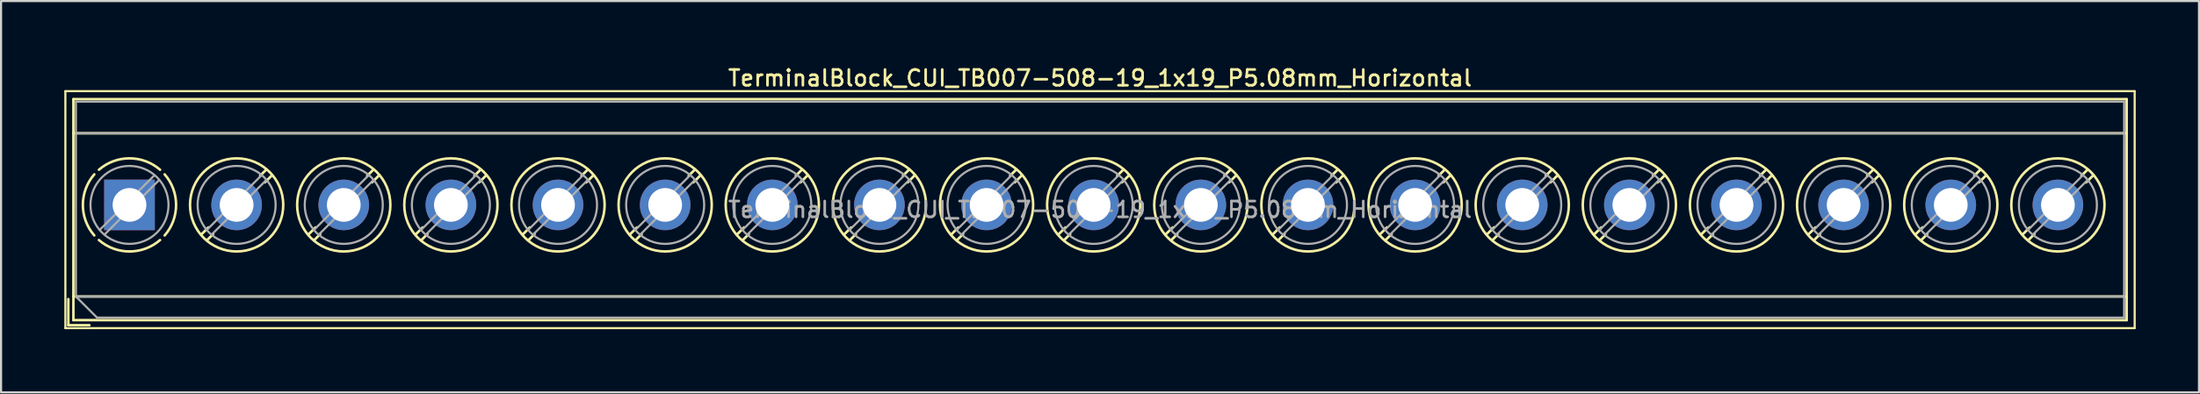
<source format=kicad_pcb>
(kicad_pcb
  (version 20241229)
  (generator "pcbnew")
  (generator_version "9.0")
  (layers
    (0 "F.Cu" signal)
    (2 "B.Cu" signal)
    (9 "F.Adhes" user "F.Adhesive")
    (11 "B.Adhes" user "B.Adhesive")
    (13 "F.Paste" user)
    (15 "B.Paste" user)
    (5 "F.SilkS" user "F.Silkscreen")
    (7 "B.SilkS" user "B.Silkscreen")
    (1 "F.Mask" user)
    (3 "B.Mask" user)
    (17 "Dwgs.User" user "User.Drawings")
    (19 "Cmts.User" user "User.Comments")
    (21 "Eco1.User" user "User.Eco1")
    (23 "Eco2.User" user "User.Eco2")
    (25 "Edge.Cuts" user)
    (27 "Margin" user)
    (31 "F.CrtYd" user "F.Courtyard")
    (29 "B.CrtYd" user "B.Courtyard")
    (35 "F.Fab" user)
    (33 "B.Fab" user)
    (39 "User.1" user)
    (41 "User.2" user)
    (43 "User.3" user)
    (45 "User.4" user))
  (footprint "TerminalBlock_CUI_TB007-508-19_1x19_P5.08mm_Horizontal"
    (layer "F.Cu")
    (at 3.09 6.678)
    (property "Reference" "TerminalBlock_CUI_TB007-508-19_1x19_P5.08mm_Horizontal" (at 46.02 -6.02 0) (layer "F.SilkS") (effects (font (size 0.75 0.75) (thickness 0.125))))
    (attr through_hole)
    (fp_line (start -3.04 -5.4) (end -3.04 5.85) (stroke (width 0.1) (type solid)) (layer "F.SilkS"))
    (fp_line (start -3.04 5.85) (end 95.08 5.85) (stroke (width 0.1) (type solid)) (layer "F.SilkS"))
    (fp_line (start -2.9 4.47) (end -2.9 5.71) (stroke (width 0.12) (type solid)) (layer "F.SilkS"))
    (fp_line (start -2.9 5.71) (end -1.9 5.71) (stroke (width 0.12) (type solid)) (layer "F.SilkS"))
    (fp_line (start -2.66 -5.02) (end -2.66 5.47) (stroke (width 0.12) (type solid)) (layer "F.SilkS"))
    (fp_line (start -2.66 -5.02) (end 94.7 -5.02) (stroke (width 0.12) (type solid)) (layer "F.SilkS"))
    (fp_line (start -2.66 -3.401) (end 94.7 -3.401) (stroke (width 0.12) (type solid)) (layer "F.SilkS"))
    (fp_line (start -2.66 4.35) (end 94.7 4.35) (stroke (width 0.12) (type solid)) (layer "F.SilkS"))
    (fp_line (start -2.66 5.47) (end 94.7 5.47) (stroke (width 0.12) (type solid)) (layer "F.SilkS"))
    (fp_line (start 3.743 1.068) (end 3.404 1.407) (stroke (width 0.12) (type solid)) (layer "F.SilkS"))
    (fp_line (start 3.967 1.384) (end 3.674 1.676) (stroke (width 0.12) (type solid)) (layer "F.SilkS"))
    (fp_line (start 6.487 -1.676) (end 6.194 -1.384) (stroke (width 0.12) (type solid)) (layer "F.SilkS"))
    (fp_line (start 6.757 -1.407) (end 6.418 -1.068) (stroke (width 0.12) (type solid)) (layer "F.SilkS"))
    (fp_line (start 8.823 1.068) (end 8.484 1.407) (stroke (width 0.12) (type solid)) (layer "F.SilkS"))
    (fp_line (start 9.047 1.384) (end 8.754 1.676) (stroke (width 0.12) (type solid)) (layer "F.SilkS"))
    (fp_line (start 11.567 -1.676) (end 11.274 -1.384) (stroke (width 0.12) (type solid)) (layer "F.SilkS"))
    (fp_line (start 11.837 -1.407) (end 11.498 -1.068) (stroke (width 0.12) (type solid)) (layer "F.SilkS"))
    (fp_line (start 13.903 1.068) (end 13.564 1.407) (stroke (width 0.12) (type solid)) (layer "F.SilkS"))
    (fp_line (start 14.127 1.384) (end 13.834 1.676) (stroke (width 0.12) (type solid)) (layer "F.SilkS"))
    (fp_line (start 16.647 -1.676) (end 16.354 -1.384) (stroke (width 0.12) (type solid)) (layer "F.SilkS"))
    (fp_line (start 16.917 -1.407) (end 16.578 -1.068) (stroke (width 0.12) (type solid)) (layer "F.SilkS"))
    (fp_line (start 18.983 1.068) (end 18.644 1.407) (stroke (width 0.12) (type solid)) (layer "F.SilkS"))
    (fp_line (start 19.207 1.384) (end 18.914 1.676) (stroke (width 0.12) (type solid)) (layer "F.SilkS"))
    (fp_line (start 21.727 -1.676) (end 21.434 -1.384) (stroke (width 0.12) (type solid)) (layer "F.SilkS"))
    (fp_line (start 21.997 -1.407) (end 21.658 -1.068) (stroke (width 0.12) (type solid)) (layer "F.SilkS"))
    (fp_line (start 24.063 1.068) (end 23.724 1.407) (stroke (width 0.12) (type solid)) (layer "F.SilkS"))
    (fp_line (start 24.287 1.384) (end 23.994 1.676) (stroke (width 0.12) (type solid)) (layer "F.SilkS"))
    (fp_line (start 26.807 -1.676) (end 26.514 -1.384) (stroke (width 0.12) (type solid)) (layer "F.SilkS"))
    (fp_line (start 27.077 -1.407) (end 26.738 -1.068) (stroke (width 0.12) (type solid)) (layer "F.SilkS"))
    (fp_line (start 29.143 1.068) (end 28.804 1.407) (stroke (width 0.12) (type solid)) (layer "F.SilkS"))
    (fp_line (start 29.367 1.384) (end 29.074 1.676) (stroke (width 0.12) (type solid)) (layer "F.SilkS"))
    (fp_line (start 31.887 -1.676) (end 31.594 -1.384) (stroke (width 0.12) (type solid)) (layer "F.SilkS"))
    (fp_line (start 32.157 -1.407) (end 31.818 -1.068) (stroke (width 0.12) (type solid)) (layer "F.SilkS"))
    (fp_line (start 34.223 1.068) (end 33.884 1.407) (stroke (width 0.12) (type solid)) (layer "F.SilkS"))
    (fp_line (start 34.447 1.384) (end 34.154 1.676) (stroke (width 0.12) (type solid)) (layer "F.SilkS"))
    (fp_line (start 36.967 -1.676) (end 36.674 -1.384) (stroke (width 0.12) (type solid)) (layer "F.SilkS"))
    (fp_line (start 37.237 -1.407) (end 36.898 -1.068) (stroke (width 0.12) (type solid)) (layer "F.SilkS"))
    (fp_line (start 39.303 1.068) (end 38.964 1.407) (stroke (width 0.12) (type solid)) (layer "F.SilkS"))
    (fp_line (start 39.527 1.384) (end 39.234 1.676) (stroke (width 0.12) (type solid)) (layer "F.SilkS"))
    (fp_line (start 42.047 -1.676) (end 41.754 -1.384) (stroke (width 0.12) (type solid)) (layer "F.SilkS"))
    (fp_line (start 42.317 -1.407) (end 41.978 -1.068) (stroke (width 0.12) (type solid)) (layer "F.SilkS"))
    (fp_line (start 44.383 1.068) (end 44.044 1.407) (stroke (width 0.12) (type solid)) (layer "F.SilkS"))
    (fp_line (start 44.607 1.384) (end 44.314 1.676) (stroke (width 0.12) (type solid)) (layer "F.SilkS"))
    (fp_line (start 47.127 -1.676) (end 46.834 -1.384) (stroke (width 0.12) (type solid)) (layer "F.SilkS"))
    (fp_line (start 47.397 -1.407) (end 47.058 -1.068) (stroke (width 0.12) (type solid)) (layer "F.SilkS"))
    (fp_line (start 49.463 1.068) (end 49.124 1.407) (stroke (width 0.12) (type solid)) (layer "F.SilkS"))
    (fp_line (start 49.687 1.384) (end 49.394 1.676) (stroke (width 0.12) (type solid)) (layer "F.SilkS"))
    (fp_line (start 52.207 -1.676) (end 51.914 -1.384) (stroke (width 0.12) (type solid)) (layer "F.SilkS"))
    (fp_line (start 52.477 -1.407) (end 52.138 -1.068) (stroke (width 0.12) (type solid)) (layer "F.SilkS"))
    (fp_line (start 54.543 1.068) (end 54.204 1.407) (stroke (width 0.12) (type solid)) (layer "F.SilkS"))
    (fp_line (start 54.767 1.384) (end 54.474 1.676) (stroke (width 0.12) (type solid)) (layer "F.SilkS"))
    (fp_line (start 57.287 -1.676) (end 56.994 -1.384) (stroke (width 0.12) (type solid)) (layer "F.SilkS"))
    (fp_line (start 57.557 -1.407) (end 57.218 -1.068) (stroke (width 0.12) (type solid)) (layer "F.SilkS"))
    (fp_line (start 59.623 1.068) (end 59.284 1.407) (stroke (width 0.12) (type solid)) (layer "F.SilkS"))
    (fp_line (start 59.847 1.384) (end 59.554 1.676) (stroke (width 0.12) (type solid)) (layer "F.SilkS"))
    (fp_line (start 62.367 -1.676) (end 62.074 -1.384) (stroke (width 0.12) (type solid)) (layer "F.SilkS"))
    (fp_line (start 62.637 -1.407) (end 62.298 -1.068) (stroke (width 0.12) (type solid)) (layer "F.SilkS"))
    (fp_line (start 64.703 1.068) (end 64.364 1.407) (stroke (width 0.12) (type solid)) (layer "F.SilkS"))
    (fp_line (start 64.927 1.384) (end 64.634 1.676) (stroke (width 0.12) (type solid)) (layer "F.SilkS"))
    (fp_line (start 67.447 -1.676) (end 67.154 -1.384) (stroke (width 0.12) (type solid)) (layer "F.SilkS"))
    (fp_line (start 67.717 -1.407) (end 67.378 -1.068) (stroke (width 0.12) (type solid)) (layer "F.SilkS"))
    (fp_line (start 69.783 1.068) (end 69.444 1.407) (stroke (width 0.12) (type solid)) (layer "F.SilkS"))
    (fp_line (start 70.007 1.384) (end 69.714 1.676) (stroke (width 0.12) (type solid)) (layer "F.SilkS"))
    (fp_line (start 72.527 -1.676) (end 72.234 -1.384) (stroke (width 0.12) (type solid)) (layer "F.SilkS"))
    (fp_line (start 72.797 -1.407) (end 72.458 -1.068) (stroke (width 0.12) (type solid)) (layer "F.SilkS"))
    (fp_line (start 74.863 1.068) (end 74.524 1.407) (stroke (width 0.12) (type solid)) (layer "F.SilkS"))
    (fp_line (start 75.087 1.384) (end 74.794 1.676) (stroke (width 0.12) (type solid)) (layer "F.SilkS"))
    (fp_line (start 77.607 -1.676) (end 77.314 -1.384) (stroke (width 0.12) (type solid)) (layer "F.SilkS"))
    (fp_line (start 77.877 -1.407) (end 77.538 -1.068) (stroke (width 0.12) (type solid)) (layer "F.SilkS"))
    (fp_line (start 79.943 1.068) (end 79.604 1.407) (stroke (width 0.12) (type solid)) (layer "F.SilkS"))
    (fp_line (start 80.167 1.384) (end 79.874 1.676) (stroke (width 0.12) (type solid)) (layer "F.SilkS"))
    (fp_line (start 82.687 -1.676) (end 82.394 -1.384) (stroke (width 0.12) (type solid)) (layer "F.SilkS"))
    (fp_line (start 82.957 -1.407) (end 82.618 -1.068) (stroke (width 0.12) (type solid)) (layer "F.SilkS"))
    (fp_line (start 85.023 1.068) (end 84.684 1.407) (stroke (width 0.12) (type solid)) (layer "F.SilkS"))
    (fp_line (start 85.247 1.384) (end 84.954 1.676) (stroke (width 0.12) (type solid)) (layer "F.SilkS"))
    (fp_line (start 87.767 -1.676) (end 87.474 -1.384) (stroke (width 0.12) (type solid)) (layer "F.SilkS"))
    (fp_line (start 88.037 -1.407) (end 87.698 -1.068) (stroke (width 0.12) (type solid)) (layer "F.SilkS"))
    (fp_line (start 90.103 1.068) (end 89.764 1.407) (stroke (width 0.12) (type solid)) (layer "F.SilkS"))
    (fp_line (start 90.327 1.384) (end 90.034 1.676) (stroke (width 0.12) (type solid)) (layer "F.SilkS"))
    (fp_line (start 92.847 -1.676) (end 92.554 -1.384) (stroke (width 0.12) (type solid)) (layer "F.SilkS"))
    (fp_line (start 93.117 -1.407) (end 92.778 -1.068) (stroke (width 0.12) (type solid)) (layer "F.SilkS"))
    (fp_line (start 94.7 -5.02) (end 94.7 5.47) (stroke (width 0.12) (type solid)) (layer "F.SilkS"))
    (fp_line (start 95.08 -5.4) (end -3.04 -5.4) (stroke (width 0.1) (type solid)) (layer "F.SilkS"))
    (fp_line (start 95.08 5.85) (end 95.08 -5.4) (stroke (width 0.1) (type solid)) (layer "F.SilkS"))
    (fp_arc (start -1.66902 1.449827) (mid -2.210797 -0.000777) (end -1.668 -1.451) (stroke (width 0.12) (type solid)) (layer "F.SilkS"))
    (fp_arc (start -1.449827 -1.66902) (mid 0.000777 -2.210797) (end 1.451 -1.668) (stroke (width 0.12) (type solid)) (layer "F.SilkS"))
    (fp_arc (start 0.037807 2.210474) (mid -0.756867 2.077204) (end -1.451 1.668) (stroke (width 0.12) (type solid)) (layer "F.SilkS"))
    (fp_arc (start 1.44989 1.667908) (mid 0.773958 2.070046) (end 0 2.21) (stroke (width 0.12) (type solid)) (layer "F.SilkS"))
    (fp_arc (start 1.668029 -1.449966) (mid 2.210141 0.000022) (end 1.668 1.45) (stroke (width 0.12) (type solid)) (layer "F.SilkS"))
    (fp_circle (center 5.08 0) (end 7.29 0) (stroke (width 0.12) (type solid)) (fill no) (layer "F.SilkS"))
    (fp_circle (center 10.16 0) (end 12.37 0) (stroke (width 0.12) (type solid)) (fill no) (layer "F.SilkS"))
    (fp_circle (center 15.24 0) (end 17.45 0) (stroke (width 0.12) (type solid)) (fill no) (layer "F.SilkS"))
    (fp_circle (center 20.32 0) (end 22.53 0) (stroke (width 0.12) (type solid)) (fill no) (layer "F.SilkS"))
    (fp_circle (center 25.4 0) (end 27.61 0) (stroke (width 0.12) (type solid)) (fill no) (layer "F.SilkS"))
    (fp_circle (center 30.48 0) (end 32.69 0) (stroke (width 0.12) (type solid)) (fill no) (layer "F.SilkS"))
    (fp_circle (center 35.56 0) (end 37.77 0) (stroke (width 0.12) (type solid)) (fill no) (layer "F.SilkS"))
    (fp_circle (center 40.64 0) (end 42.85 0) (stroke (width 0.12) (type solid)) (fill no) (layer "F.SilkS"))
    (fp_circle (center 45.72 0) (end 47.93 0) (stroke (width 0.12) (type solid)) (fill no) (layer "F.SilkS"))
    (fp_circle (center 50.8 0) (end 53.01 0) (stroke (width 0.12) (type solid)) (fill no) (layer "F.SilkS"))
    (fp_circle (center 55.88 0) (end 58.09 0) (stroke (width 0.12) (type solid)) (fill no) (layer "F.SilkS"))
    (fp_circle (center 60.96 0) (end 63.17 0) (stroke (width 0.12) (type solid)) (fill no) (layer "F.SilkS"))
    (fp_circle (center 66.04 0) (end 68.25 0) (stroke (width 0.12) (type solid)) (fill no) (layer "F.SilkS"))
    (fp_circle (center 71.12 0) (end 73.33 0) (stroke (width 0.12) (type solid)) (fill no) (layer "F.SilkS"))
    (fp_circle (center 76.2 0) (end 78.41 0) (stroke (width 0.12) (type solid)) (fill no) (layer "F.SilkS"))
    (fp_circle (center 81.28 0) (end 83.49 0) (stroke (width 0.12) (type solid)) (fill no) (layer "F.SilkS"))
    (fp_circle (center 86.36 0) (end 88.57 0) (stroke (width 0.12) (type solid)) (fill no) (layer "F.SilkS"))
    (fp_circle (center 91.44 0) (end 93.65 0) (stroke (width 0.12) (type solid)) (fill no) (layer "F.SilkS"))
    (fp_line (start -2.54 -4.9) (end 94.58 -4.9) (stroke (width 0.1) (type solid)) (layer "F.Fab"))
    (fp_line (start -2.54 -3.4) (end 94.58 -3.4) (stroke (width 0.1) (type solid)) (layer "F.Fab"))
    (fp_line (start -2.54 4.35) (end -2.54 -4.9) (stroke (width 0.1) (type solid)) (layer "F.Fab"))
    (fp_line (start -2.54 4.35) (end 94.58 4.35) (stroke (width 0.1) (type solid)) (layer "F.Fab"))
    (fp_line (start -1.54 5.35) (end -2.54 4.35) (stroke (width 0.1) (type solid)) (layer "F.Fab"))
    (fp_line (start 1.178 -1.403) (end -1.404 1.178) (stroke (width 0.1) (type solid)) (layer "F.Fab"))
    (fp_line (start 1.404 -1.178) (end -1.178 1.403) (stroke (width 0.1) (type solid)) (layer "F.Fab"))
    (fp_line (start 6.258 -1.403) (end 3.677 1.178) (stroke (width 0.1) (type solid)) (layer "F.Fab"))
    (fp_line (start 6.484 -1.178) (end 3.903 1.403) (stroke (width 0.1) (type solid)) (layer "F.Fab"))
    (fp_line (start 11.338 -1.403) (end 8.757 1.178) (stroke (width 0.1) (type solid)) (layer "F.Fab"))
    (fp_line (start 11.564 -1.178) (end 8.983 1.403) (stroke (width 0.1) (type solid)) (layer "F.Fab"))
    (fp_line (start 16.418 -1.403) (end 13.837 1.178) (stroke (width 0.1) (type solid)) (layer "F.Fab"))
    (fp_line (start 16.644 -1.178) (end 14.063 1.403) (stroke (width 0.1) (type solid)) (layer "F.Fab"))
    (fp_line (start 21.498 -1.403) (end 18.917 1.178) (stroke (width 0.1) (type solid)) (layer "F.Fab"))
    (fp_line (start 21.724 -1.178) (end 19.143 1.403) (stroke (width 0.1) (type solid)) (layer "F.Fab"))
    (fp_line (start 26.578 -1.403) (end 23.997 1.178) (stroke (width 0.1) (type solid)) (layer "F.Fab"))
    (fp_line (start 26.804 -1.178) (end 24.223 1.403) (stroke (width 0.1) (type solid)) (layer "F.Fab"))
    (fp_line (start 31.658 -1.403) (end 29.077 1.178) (stroke (width 0.1) (type solid)) (layer "F.Fab"))
    (fp_line (start 31.884 -1.178) (end 29.303 1.403) (stroke (width 0.1) (type solid)) (layer "F.Fab"))
    (fp_line (start 36.738 -1.403) (end 34.157 1.178) (stroke (width 0.1) (type solid)) (layer "F.Fab"))
    (fp_line (start 36.964 -1.178) (end 34.383 1.403) (stroke (width 0.1) (type solid)) (layer "F.Fab"))
    (fp_line (start 41.818 -1.403) (end 39.237 1.178) (stroke (width 0.1) (type solid)) (layer "F.Fab"))
    (fp_line (start 42.044 -1.178) (end 39.463 1.403) (stroke (width 0.1) (type solid)) (layer "F.Fab"))
    (fp_line (start 46.898 -1.403) (end 44.317 1.178) (stroke (width 0.1) (type solid)) (layer "F.Fab"))
    (fp_line (start 47.124 -1.178) (end 44.543 1.403) (stroke (width 0.1) (type solid)) (layer "F.Fab"))
    (fp_line (start 51.978 -1.403) (end 49.397 1.178) (stroke (width 0.1) (type solid)) (layer "F.Fab"))
    (fp_line (start 52.204 -1.178) (end 49.623 1.403) (stroke (width 0.1) (type solid)) (layer "F.Fab"))
    (fp_line (start 57.058 -1.403) (end 54.477 1.178) (stroke (width 0.1) (type solid)) (layer "F.Fab"))
    (fp_line (start 57.284 -1.178) (end 54.703 1.403) (stroke (width 0.1) (type solid)) (layer "F.Fab"))
    (fp_line (start 62.138 -1.403) (end 59.557 1.178) (stroke (width 0.1) (type solid)) (layer "F.Fab"))
    (fp_line (start 62.364 -1.178) (end 59.783 1.403) (stroke (width 0.1) (type solid)) (layer "F.Fab"))
    (fp_line (start 67.218 -1.403) (end 64.637 1.178) (stroke (width 0.1) (type solid)) (layer "F.Fab"))
    (fp_line (start 67.444 -1.178) (end 64.863 1.403) (stroke (width 0.1) (type solid)) (layer "F.Fab"))
    (fp_line (start 72.298 -1.403) (end 69.717 1.178) (stroke (width 0.1) (type solid)) (layer "F.Fab"))
    (fp_line (start 72.524 -1.178) (end 69.943 1.403) (stroke (width 0.1) (type solid)) (layer "F.Fab"))
    (fp_line (start 77.378 -1.403) (end 74.797 1.178) (stroke (width 0.1) (type solid)) (layer "F.Fab"))
    (fp_line (start 77.604 -1.178) (end 75.023 1.403) (stroke (width 0.1) (type solid)) (layer "F.Fab"))
    (fp_line (start 82.458 -1.403) (end 79.877 1.178) (stroke (width 0.1) (type solid)) (layer "F.Fab"))
    (fp_line (start 82.684 -1.178) (end 80.103 1.403) (stroke (width 0.1) (type solid)) (layer "F.Fab"))
    (fp_line (start 87.538 -1.403) (end 84.957 1.178) (stroke (width 0.1) (type solid)) (layer "F.Fab"))
    (fp_line (start 87.764 -1.178) (end 85.183 1.403) (stroke (width 0.1) (type solid)) (layer "F.Fab"))
    (fp_line (start 92.618 -1.403) (end 90.037 1.178) (stroke (width 0.1) (type solid)) (layer "F.Fab"))
    (fp_line (start 92.844 -1.178) (end 90.263 1.403) (stroke (width 0.1) (type solid)) (layer "F.Fab"))
    (fp_line (start 94.58 -4.9) (end 94.58 5.35) (stroke (width 0.1) (type solid)) (layer "F.Fab"))
    (fp_line (start 94.58 5.35) (end -1.54 5.35) (stroke (width 0.1) (type solid)) (layer "F.Fab"))
    (fp_circle (center 0 0) (end 1.85 0) (stroke (width 0.1) (type solid)) (fill no) (layer "F.Fab"))
    (fp_circle (center 5.08 0) (end 6.93 0) (stroke (width 0.1) (type solid)) (fill no) (layer "F.Fab"))
    (fp_circle (center 10.16 0) (end 12.01 0) (stroke (width 0.1) (type solid)) (fill no) (layer "F.Fab"))
    (fp_circle (center 15.24 0) (end 17.09 0) (stroke (width 0.1) (type solid)) (fill no) (layer "F.Fab"))
    (fp_circle (center 20.32 0) (end 22.17 0) (stroke (width 0.1) (type solid)) (fill no) (layer "F.Fab"))
    (fp_circle (center 25.4 0) (end 27.25 0) (stroke (width 0.1) (type solid)) (fill no) (layer "F.Fab"))
    (fp_circle (center 30.48 0) (end 32.33 0) (stroke (width 0.1) (type solid)) (fill no) (layer "F.Fab"))
    (fp_circle (center 35.56 0) (end 37.41 0) (stroke (width 0.1) (type solid)) (fill no) (layer "F.Fab"))
    (fp_circle (center 40.64 0) (end 42.49 0) (stroke (width 0.1) (type solid)) (fill no) (layer "F.Fab"))
    (fp_circle (center 45.72 0) (end 47.57 0) (stroke (width 0.1) (type solid)) (fill no) (layer "F.Fab"))
    (fp_circle (center 50.8 0) (end 52.65 0) (stroke (width 0.1) (type solid)) (fill no) (layer "F.Fab"))
    (fp_circle (center 55.88 0) (end 57.73 0) (stroke (width 0.1) (type solid)) (fill no) (layer "F.Fab"))
    (fp_circle (center 60.96 0) (end 62.81 0) (stroke (width 0.1) (type solid)) (fill no) (layer "F.Fab"))
    (fp_circle (center 66.04 0) (end 67.89 0) (stroke (width 0.1) (type solid)) (fill no) (layer "F.Fab"))
    (fp_circle (center 71.12 0) (end 72.97 0) (stroke (width 0.1) (type solid)) (fill no) (layer "F.Fab"))
    (fp_circle (center 76.2 0) (end 78.05 0) (stroke (width 0.1) (type solid)) (fill no) (layer "F.Fab"))
    (fp_circle (center 81.28 0) (end 83.13 0) (stroke (width 0.1) (type solid)) (fill no) (layer "F.Fab"))
    (fp_circle (center 86.36 0) (end 88.21 0) (stroke (width 0.1) (type solid)) (fill no) (layer "F.Fab"))
    (fp_circle (center 91.44 0) (end 93.29 0) (stroke (width 0.1) (type solid)) (fill no) (layer "F.Fab"))
    (fp_text user "${REFERENCE}" (at 46.02 0.225 0) (layer "F.Fab") (effects (font (size 0.75 0.75) (thickness 0.125))))
    (pad "1" thru_hole rect (at 0 0) (size 2.4 2.4) (drill 1.6) (layers "*.Cu" "*.Mask"))
    (pad "2" thru_hole circle (at 5.08 0) (size 2.4 2.4) (drill 1.6) (layers "*.Cu" "*.Mask"))
    (pad "3" thru_hole circle (at 10.16 0) (size 2.4 2.4) (drill 1.6) (layers "*.Cu" "*.Mask"))
    (pad "4" thru_hole circle (at 15.24 0) (size 2.4 2.4) (drill 1.6) (layers "*.Cu" "*.Mask"))
    (pad "5" thru_hole circle (at 20.32 0) (size 2.4 2.4) (drill 1.6) (layers "*.Cu" "*.Mask"))
    (pad "6" thru_hole circle (at 25.4 0) (size 2.4 2.4) (drill 1.6) (layers "*.Cu" "*.Mask"))
    (pad "7" thru_hole circle (at 30.48 0) (size 2.4 2.4) (drill 1.6) (layers "*.Cu" "*.Mask"))
    (pad "8" thru_hole circle (at 35.56 0) (size 2.4 2.4) (drill 1.6) (layers "*.Cu" "*.Mask"))
    (pad "9" thru_hole circle (at 40.64 0) (size 2.4 2.4) (drill 1.6) (layers "*.Cu" "*.Mask"))
    (pad "10" thru_hole circle (at 45.72 0) (size 2.4 2.4) (drill 1.6) (layers "*.Cu" "*.Mask"))
    (pad "11" thru_hole circle (at 50.8 0) (size 2.4 2.4) (drill 1.6) (layers "*.Cu" "*.Mask"))
    (pad "12" thru_hole circle (at 55.88 0) (size 2.4 2.4) (drill 1.6) (layers "*.Cu" "*.Mask"))
    (pad "13" thru_hole circle (at 60.96 0) (size 2.4 2.4) (drill 1.6) (layers "*.Cu" "*.Mask"))
    (pad "14" thru_hole circle (at 66.04 0) (size 2.4 2.4) (drill 1.6) (layers "*.Cu" "*.Mask"))
    (pad "15" thru_hole circle (at 71.12 0) (size 2.4 2.4) (drill 1.6) (layers "*.Cu" "*.Mask"))
    (pad "16" thru_hole circle (at 76.2 0) (size 2.4 2.4) (drill 1.6) (layers "*.Cu" "*.Mask"))
    (pad "17" thru_hole circle (at 81.28 0) (size 2.4 2.4) (drill 1.6) (layers "*.Cu" "*.Mask"))
    (pad "18" thru_hole circle (at 86.36 0) (size 2.4 2.4) (drill 1.6) (layers "*.Cu" "*.Mask"))
    (pad "19" thru_hole circle (at 91.44 0) (size 2.4 2.4) (drill 1.6) (layers "*.Cu" "*.Mask")))
  (gr_rect
    (start -3 -3)
    (end 101.22 15.578)
    (stroke (width 0.1) (type default))
    (fill no)
    (layer "Edge.Cuts")))
</source>
